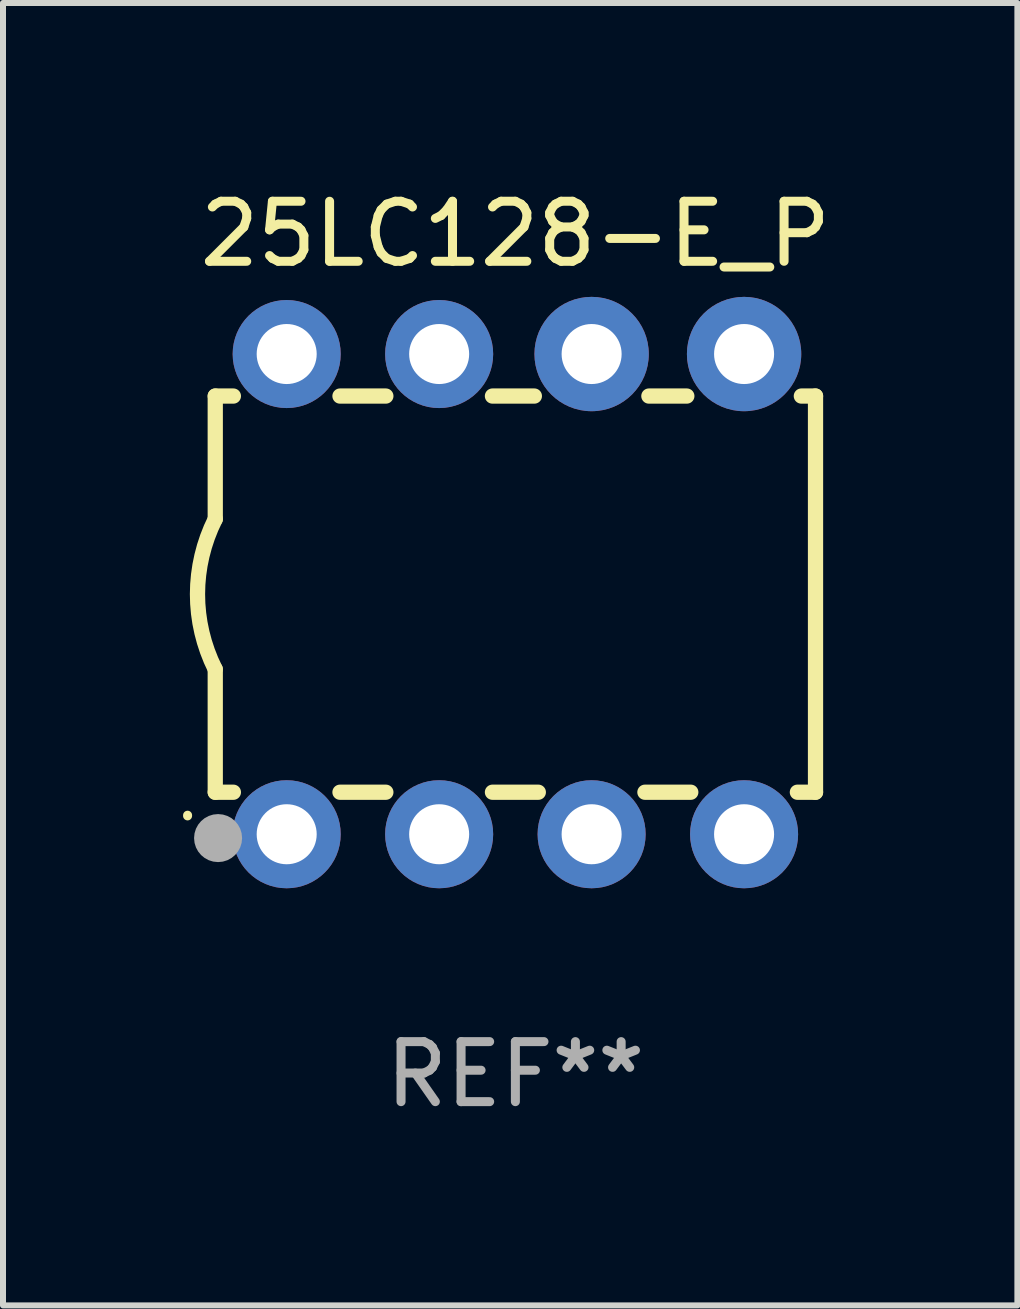
<source format=kicad_pcb>
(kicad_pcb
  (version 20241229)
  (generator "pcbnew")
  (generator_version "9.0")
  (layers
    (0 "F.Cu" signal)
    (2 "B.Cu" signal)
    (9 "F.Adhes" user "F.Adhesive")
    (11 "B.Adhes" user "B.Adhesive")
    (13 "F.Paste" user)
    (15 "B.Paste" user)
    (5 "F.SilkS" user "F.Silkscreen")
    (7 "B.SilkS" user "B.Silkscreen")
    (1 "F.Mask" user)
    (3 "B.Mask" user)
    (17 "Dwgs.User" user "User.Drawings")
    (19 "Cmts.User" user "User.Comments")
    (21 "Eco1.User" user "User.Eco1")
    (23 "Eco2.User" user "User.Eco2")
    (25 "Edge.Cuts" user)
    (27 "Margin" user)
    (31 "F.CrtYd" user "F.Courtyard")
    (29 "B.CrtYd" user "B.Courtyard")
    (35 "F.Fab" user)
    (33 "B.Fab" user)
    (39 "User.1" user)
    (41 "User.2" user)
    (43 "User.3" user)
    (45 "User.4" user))
  (footprint "25LC128-E_P"
    (layer "F.Cu")
    (at 5.536 6.848)
    (property "Reference" "25LC128-E_P" (at 0 -6 0) (layer "F.SilkS") (effects (font (size 1 1) (thickness 0.15))))
    (attr through_hole)
    (fp_line (start -5 -3.3) (end -5 -1.25) (stroke (width 0.254) (type solid)) (layer "F.SilkS"))
    (fp_line (start -5 -3.3) (end -4.698 -3.3) (stroke (width 0.254) (type solid)) (layer "F.SilkS"))
    (fp_line (start -5 3.3) (end -5 1.25) (stroke (width 0.254) (type solid)) (layer "F.SilkS"))
    (fp_line (start -5 3.3) (end -4.698 3.3) (stroke (width 0.254) (type solid)) (layer "F.SilkS"))
    (fp_line (start -2.922 -3.3) (end -2.158 -3.3) (stroke (width 0.254) (type solid)) (layer "F.SilkS"))
    (fp_line (start -2.922 3.3) (end -2.158 3.3) (stroke (width 0.254) (type solid)) (layer "F.SilkS"))
    (fp_line (start -0.382 -3.3) (end 0.316 -3.3) (stroke (width 0.254) (type solid)) (layer "F.SilkS"))
    (fp_line (start -0.382 3.3) (end 0.382 3.3) (stroke (width 0.254) (type solid)) (layer "F.SilkS"))
    (fp_line (start 2.158 3.3) (end 2.922 3.3) (stroke (width 0.254) (type solid)) (layer "F.SilkS"))
    (fp_line (start 2.224 -3.3) (end 2.856 -3.3) (stroke (width 0.254) (type solid)) (layer "F.SilkS"))
    (fp_line (start 4.698 3.3) (end 5 3.3) (stroke (width 0.254) (type solid)) (layer "F.SilkS"))
    (fp_line (start 4.764 -3.3) (end 5 -3.3) (stroke (width 0.254) (type solid)) (layer "F.SilkS"))
    (fp_line (start 5 -3.3) (end 5 3.3) (stroke (width 0.254) (type solid)) (layer "F.SilkS"))
    (fp_arc (start -5.46124 3.694259) (mid -5.461175 3.688632) (end -5.460986 3.683007) (stroke (width 0.149987) (type solid)) (layer "F.SilkS"))
    (fp_arc (start -5.00127 1.249682) (mid -5.295892 -0.000313) (end -5.000025 -1.250013) (stroke (width 0.254001) (type solid)) (layer "F.SilkS"))
    (fp_circle (center -4.795 4.237) (end -4.765 4.237) (stroke (width 0.06) (type solid)) (fill no) (layer "F.SilkS"))
    (fp_circle (center -4.953 4.064) (end -4.753 4.064) (stroke (width 0.4) (type solid)) (fill no) (layer "F.Fab"))
    (fp_text user "REF**" (at 0 8 0) (layer "F.Fab") (effects (font (size 1 1) (thickness 0.15))))
    (pad "1" thru_hole circle (at -3.81 4) (size 1.8 1.8) (drill 1) (layers "*.Cu" "*.Mask"))
    (pad "2" thru_hole circle (at -1.27 4) (size 1.8 1.8) (drill 1) (layers "*.Cu" "*.Mask"))
    (pad "3" thru_hole circle (at 1.27 4) (size 1.8 1.8) (drill 1) (layers "*.Cu" "*.Mask"))
    (pad "4" thru_hole circle (at 3.81 4) (size 1.8 1.8) (drill 1) (layers "*.Cu" "*.Mask"))
    (pad "5" thru_hole circle (at 3.81 -4) (size 1.905 1.905) (drill 1) (layers "*.Cu" "*.Mask"))
    (pad "6" thru_hole circle (at 1.27 -4) (size 1.905 1.905) (drill 1) (layers "*.Cu" "*.Mask"))
    (pad "7" thru_hole circle (at -1.27 -4) (size 1.8 1.8) (drill 1) (layers "*.Cu" "*.Mask"))
    (pad "8" thru_hole circle (at -3.81 -4) (size 1.8 1.8) (drill 1) (layers "*.Cu" "*.Mask")))
  (gr_rect
    (start -3 -3)
    (end 13.899 18.697)
    (stroke (width 0.1) (type default))
    (fill no)
    (layer "Edge.Cuts")))
</source>
